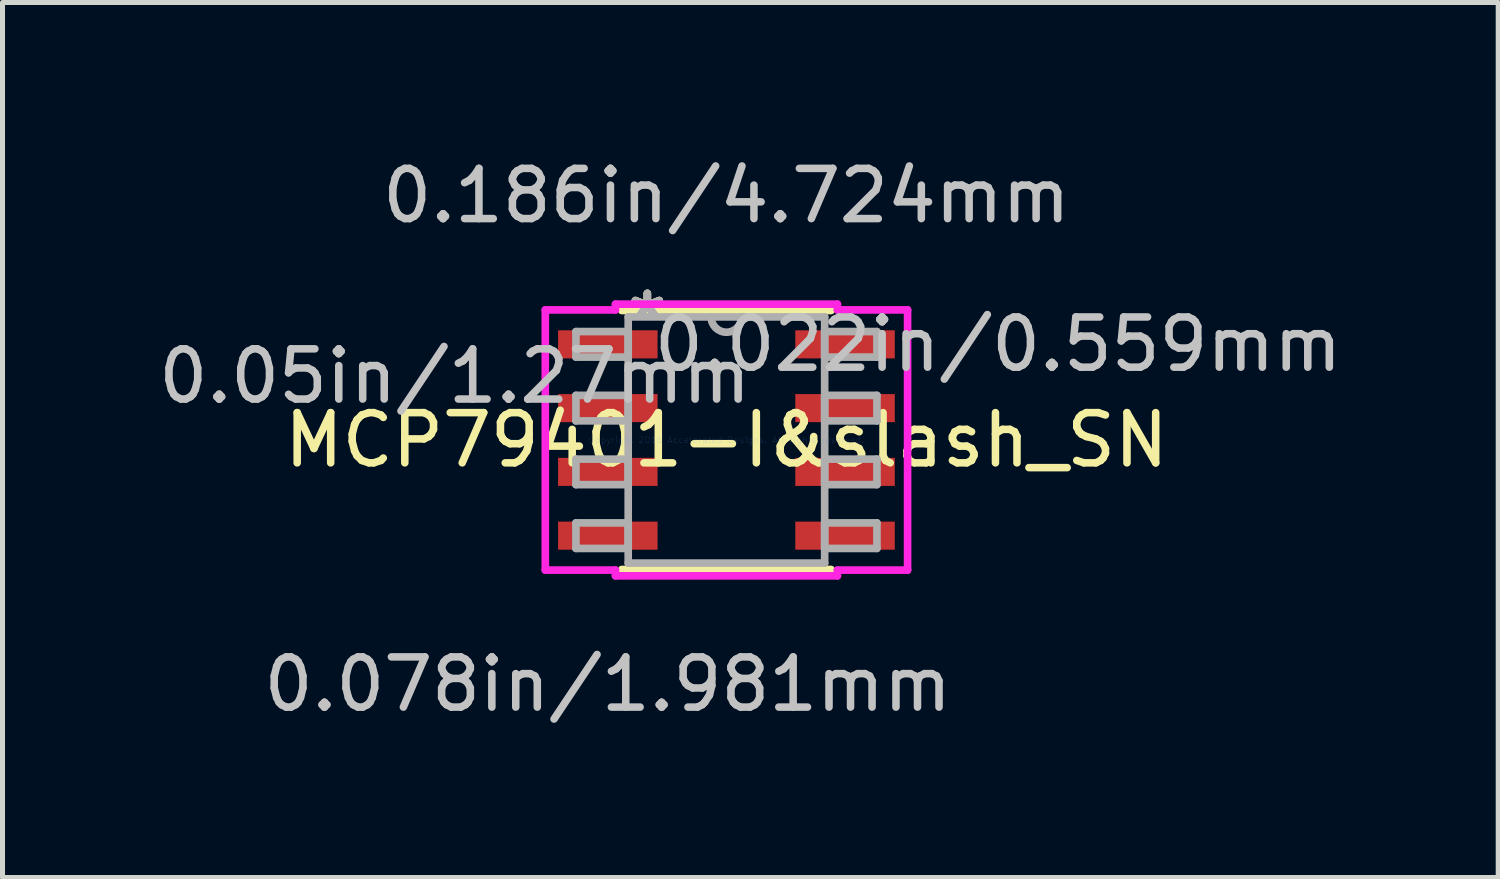
<source format=kicad_pcb>
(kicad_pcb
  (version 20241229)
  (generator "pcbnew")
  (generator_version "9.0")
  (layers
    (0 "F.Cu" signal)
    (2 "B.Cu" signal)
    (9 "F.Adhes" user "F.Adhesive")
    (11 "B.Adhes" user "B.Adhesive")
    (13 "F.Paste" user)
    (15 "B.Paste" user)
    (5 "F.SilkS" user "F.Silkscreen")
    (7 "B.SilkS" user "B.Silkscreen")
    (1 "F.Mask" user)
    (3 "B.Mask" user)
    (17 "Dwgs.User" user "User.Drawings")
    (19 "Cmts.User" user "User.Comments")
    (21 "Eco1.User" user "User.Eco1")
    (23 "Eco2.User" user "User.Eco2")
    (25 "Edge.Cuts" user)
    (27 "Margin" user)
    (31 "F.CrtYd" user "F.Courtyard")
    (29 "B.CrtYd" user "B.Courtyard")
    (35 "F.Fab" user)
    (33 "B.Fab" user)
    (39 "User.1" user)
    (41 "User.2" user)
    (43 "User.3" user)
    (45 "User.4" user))
  (footprint "MCP79401-I&slash_SN"
    (layer "F.Cu")
    (at 11.416 5.712)
    (property "Reference" "MCP79401-I&slash_SN" (at 0 0 0) (layer "F.SilkS") (effects (font (size 1 1) (thickness 0.15))))
    (attr through_hole)
    (fp_line (start -2.083 2.578) (end 2.083 2.578) (stroke (width 0.152) (type solid)) (layer "F.SilkS"))
    (fp_line (start 2.083 -2.578) (end -2.083 -2.578) (stroke (width 0.152) (type solid)) (layer "F.SilkS"))
    (fp_line (start -3.607 -2.591) (end -2.21 -2.591) (stroke (width 0.152) (type solid)) (layer "F.CrtYd"))
    (fp_line (start -3.607 2.591) (end -3.607 -2.591) (stroke (width 0.152) (type solid)) (layer "F.CrtYd"))
    (fp_line (start -2.21 -2.705) (end 2.21 -2.705) (stroke (width 0.152) (type solid)) (layer "F.CrtYd"))
    (fp_line (start -2.21 -2.591) (end -2.21 -2.705) (stroke (width 0.152) (type solid)) (layer "F.CrtYd"))
    (fp_line (start -2.21 2.591) (end -3.607 2.591) (stroke (width 0.152) (type solid)) (layer "F.CrtYd"))
    (fp_line (start -2.21 2.705) (end -2.21 2.591) (stroke (width 0.152) (type solid)) (layer "F.CrtYd"))
    (fp_line (start 2.21 -2.705) (end 2.21 -2.591) (stroke (width 0.152) (type solid)) (layer "F.CrtYd"))
    (fp_line (start 2.21 -2.591) (end 3.607 -2.591) (stroke (width 0.152) (type solid)) (layer "F.CrtYd"))
    (fp_line (start 2.21 2.591) (end 2.21 2.705) (stroke (width 0.152) (type solid)) (layer "F.CrtYd"))
    (fp_line (start 2.21 2.705) (end -2.21 2.705) (stroke (width 0.152) (type solid)) (layer "F.CrtYd"))
    (fp_line (start 3.607 -2.591) (end 3.607 2.591) (stroke (width 0.152) (type solid)) (layer "F.CrtYd"))
    (fp_line (start 3.607 2.591) (end 2.21 2.591) (stroke (width 0.152) (type solid)) (layer "F.CrtYd"))
    (fp_line (start -2.997 -2.159) (end -2.997 -1.651) (stroke (width 0.152) (type solid)) (layer "F.Fab"))
    (fp_line (start -2.997 -1.651) (end -1.956 -1.651) (stroke (width 0.152) (type solid)) (layer "F.Fab"))
    (fp_line (start -2.997 -0.889) (end -2.997 -0.381) (stroke (width 0.152) (type solid)) (layer "F.Fab"))
    (fp_line (start -2.997 -0.381) (end -1.956 -0.381) (stroke (width 0.152) (type solid)) (layer "F.Fab"))
    (fp_line (start -2.997 0.381) (end -2.997 0.889) (stroke (width 0.152) (type solid)) (layer "F.Fab"))
    (fp_line (start -2.997 0.889) (end -1.956 0.889) (stroke (width 0.152) (type solid)) (layer "F.Fab"))
    (fp_line (start -2.997 1.651) (end -2.997 2.159) (stroke (width 0.152) (type solid)) (layer "F.Fab"))
    (fp_line (start -2.997 2.159) (end -1.956 2.159) (stroke (width 0.152) (type solid)) (layer "F.Fab"))
    (fp_line (start -1.956 -2.451) (end -1.956 2.451) (stroke (width 0.152) (type solid)) (layer "F.Fab"))
    (fp_line (start -1.956 -2.159) (end -2.997 -2.159) (stroke (width 0.152) (type solid)) (layer "F.Fab"))
    (fp_line (start -1.956 -1.651) (end -1.956 -2.159) (stroke (width 0.152) (type solid)) (layer "F.Fab"))
    (fp_line (start -1.956 -0.889) (end -2.997 -0.889) (stroke (width 0.152) (type solid)) (layer "F.Fab"))
    (fp_line (start -1.956 -0.381) (end -1.956 -0.889) (stroke (width 0.152) (type solid)) (layer "F.Fab"))
    (fp_line (start -1.956 0.381) (end -2.997 0.381) (stroke (width 0.152) (type solid)) (layer "F.Fab"))
    (fp_line (start -1.956 0.889) (end -1.956 0.381) (stroke (width 0.152) (type solid)) (layer "F.Fab"))
    (fp_line (start -1.956 1.651) (end -2.997 1.651) (stroke (width 0.152) (type solid)) (layer "F.Fab"))
    (fp_line (start -1.956 2.159) (end -1.956 1.651) (stroke (width 0.152) (type solid)) (layer "F.Fab"))
    (fp_line (start -1.956 2.451) (end 1.956 2.451) (stroke (width 0.152) (type solid)) (layer "F.Fab"))
    (fp_line (start 1.956 -2.451) (end -1.956 -2.451) (stroke (width 0.152) (type solid)) (layer "F.Fab"))
    (fp_line (start 1.956 -2.159) (end 1.956 -1.651) (stroke (width 0.152) (type solid)) (layer "F.Fab"))
    (fp_line (start 1.956 -1.651) (end 2.997 -1.651) (stroke (width 0.152) (type solid)) (layer "F.Fab"))
    (fp_line (start 1.956 -0.889) (end 1.956 -0.381) (stroke (width 0.152) (type solid)) (layer "F.Fab"))
    (fp_line (start 1.956 -0.381) (end 2.997 -0.381) (stroke (width 0.152) (type solid)) (layer "F.Fab"))
    (fp_line (start 1.956 0.381) (end 1.956 0.889) (stroke (width 0.152) (type solid)) (layer "F.Fab"))
    (fp_line (start 1.956 0.889) (end 2.997 0.889) (stroke (width 0.152) (type solid)) (layer "F.Fab"))
    (fp_line (start 1.956 1.651) (end 1.956 2.159) (stroke (width 0.152) (type solid)) (layer "F.Fab"))
    (fp_line (start 1.956 2.159) (end 2.997 2.159) (stroke (width 0.152) (type solid)) (layer "F.Fab"))
    (fp_line (start 1.956 2.451) (end 1.956 -2.451) (stroke (width 0.152) (type solid)) (layer "F.Fab"))
    (fp_line (start 2.997 -2.159) (end 1.956 -2.159) (stroke (width 0.152) (type solid)) (layer "F.Fab"))
    (fp_line (start 2.997 -1.651) (end 2.997 -2.159) (stroke (width 0.152) (type solid)) (layer "F.Fab"))
    (fp_line (start 2.997 -0.889) (end 1.956 -0.889) (stroke (width 0.152) (type solid)) (layer "F.Fab"))
    (fp_line (start 2.997 -0.381) (end 2.997 -0.889) (stroke (width 0.152) (type solid)) (layer "F.Fab"))
    (fp_line (start 2.997 0.381) (end 1.956 0.381) (stroke (width 0.152) (type solid)) (layer "F.Fab"))
    (fp_line (start 2.997 0.889) (end 2.997 0.381) (stroke (width 0.152) (type solid)) (layer "F.Fab"))
    (fp_line (start 2.997 1.651) (end 1.956 1.651) (stroke (width 0.152) (type solid)) (layer "F.Fab"))
    (fp_line (start 2.997 2.159) (end 2.997 1.651) (stroke (width 0.152) (type solid)) (layer "F.Fab"))
    (fp_arc (start 0.3048 -2.4511) (mid 0 -2.1463) (end -0.3048 -2.4511) (stroke (width 0.1524) (type solid)) (layer "F.Fab"))
    (fp_text user "*" (at -1.575 -2.375 0) (layer "F.SilkS") (effects (font (size 1 1) (thickness 0.15))))
    (fp_text user "*" (at -1.575 -2.375 0) (layer "F.SilkS") (effects (font (size 1 1) (thickness 0.15))))
    (fp_text user "0.05in/1.27mm" (at -5.41 -1.27 0) (layer "Dwgs.User") (effects (font (size 1 1) (thickness 0.15))))
    (fp_text user "0.078in/1.981mm" (at -2.362 4.864 0) (layer "Dwgs.User") (effects (font (size 1 1) (thickness 0.15))))
    (fp_text user "0.022in/0.559mm" (at 5.41 -1.905 0) (layer "Dwgs.User") (effects (font (size 1 1) (thickness 0.15))))
    (fp_text user "0.186in/4.724mm" (at 0 -4.864 0) (layer "Dwgs.User") (effects (font (size 1 1) (thickness 0.15))))
    (fp_text user "Copyright 2016 Accelerated Designs. All rights reserved." (at 0 0 0) (layer "Cmts.User") (effects (font (size 0.127 0.127) (thickness 0.002))))
    (fp_text user "*" (at -1.575 -2.375 0) (layer "F.Fab") (effects (font (size 1 1) (thickness 0.15))))
    (fp_text user "*" (at -1.575 -2.375 0) (layer "F.Fab") (effects (font (size 1 1) (thickness 0.15))))
    (pad "1" smd rect (at -2.362 -1.905) (size 1.981 0.559) (layers "F.Cu" "F.Mask" "F.Paste"))
    (pad "2" smd rect (at -2.362 -0.635) (size 1.981 0.559) (layers "F.Cu" "F.Mask" "F.Paste"))
    (pad "3" smd rect (at -2.362 0.635) (size 1.981 0.559) (layers "F.Cu" "F.Mask" "F.Paste"))
    (pad "4" smd rect (at -2.362 1.905) (size 1.981 0.559) (layers "F.Cu" "F.Mask" "F.Paste"))
    (pad "5" smd rect (at 2.362 1.905) (size 1.981 0.559) (layers "F.Cu" "F.Mask" "F.Paste"))
    (pad "6" smd rect (at 2.362 0.635) (size 1.981 0.559) (layers "F.Cu" "F.Mask" "F.Paste"))
    (pad "7" smd rect (at 2.362 -0.635) (size 1.981 0.559) (layers "F.Cu" "F.Mask" "F.Paste"))
    (pad "8" smd rect (at 2.362 -1.905) (size 1.981 0.559) (layers "F.Cu" "F.Mask" "F.Paste")))
  (gr_rect
    (start -3 -3)
    (end 26.785 14.425)
    (stroke (width 0.1) (type default))
    (fill no)
    (layer "Edge.Cuts")))
</source>
